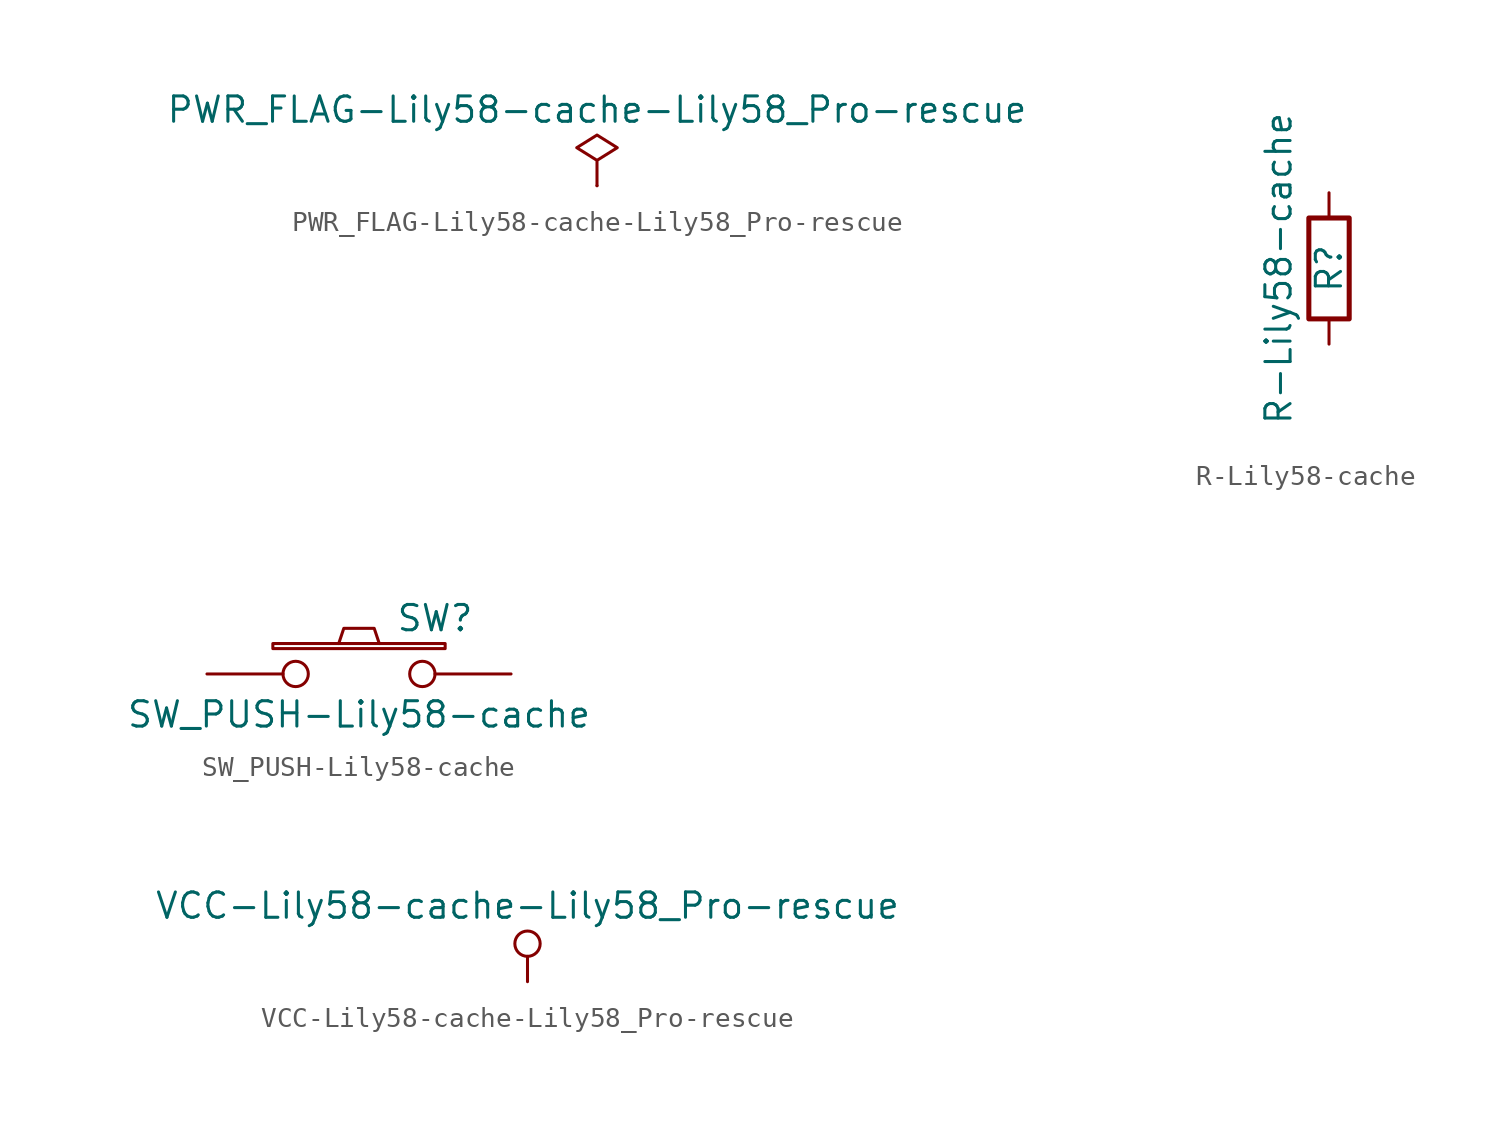
<source format=kicad_sym>
(kicad_symbol_lib
  (version 20220914)
  (generator kicad_symbol_editor)
  (symbol "PWR_FLAG-Lily58-cache-Lily58_Pro-rescue"
    (power)
    (pin_numbers hide)
    (pin_names
      (offset 0) hide)
    (property "Reference" "#FLG"
      (at 0 0 0)
      (effects (font (size 1.27 1.27)) hide))
    (property "Value" "PWR_FLAG-Lily58-cache-Lily58_Pro-rescue"
      (at 0 3.81 0)
      (effects (font (size 1.27 1.27))))
    (symbol "PWR_FLAG-Lily58-cache-Lily58_Pro-rescue_0_0"
      (pin power_out line (at 0 0 90) (length 0) (name "pwr" (effects (font (size 1.27 1.27)))) (number "1" (effects (font (size 1.27 1.27))))))
    (symbol "PWR_FLAG-Lily58-cache-Lily58_Pro-rescue_0_1"
      (polyline (pts (xy 0 0) (xy 0 1.27) (xy -1.016 1.905) (xy 0 2.54) (xy 1.016 1.905) (xy 0 1.27)) (stroke (width 0) (type solid)) (fill (type none)))))
  (symbol "R-Lily58-cache"
    (pin_numbers hide)
    (pin_names
      (offset 0))
    (property "Reference" "R"
      (at 0 0 90)
      (effects (font (size 1.27 1.27))))
    (property "Value" "R-Lily58-cache"
      (at -2.54 0 90)
      (effects (font (size 1.27 1.27))))
    (symbol "R-Lily58-cache_0_1"
      (rectangle (start -1.016 -2.54) (end 1.016 2.54) (stroke (width 0.254) (type solid)) (fill (type none))))
    (symbol "R-Lily58-cache_1_1"
      (pin passive line (at 0 3.81 270) (length 1.27) (name "~" (effects (font (size 1.27 1.27)))) (number "1" (effects (font (size 1.27 1.27)))))
      (pin passive line (at 0 -3.81 90) (length 1.27) (name "~" (effects (font (size 1.27 1.27)))) (number "2" (effects (font (size 1.27 1.27)))))))
  (symbol "SW_PUSH-Lily58-cache"
    (pin_numbers hide)
    (pin_names
      (offset 1.016) hide)
    (property "Reference" "SW"
      (at 3.81 2.794 0)
      (effects (font (size 1.27 1.27))))
    (property "Value" "SW_PUSH-Lily58-cache"
      (at 0 -2.032 0)
      (effects (font (size 1.27 1.27))))
    (property "Footprint" ""
      (at 0 0 0)
      (effects (font (size 1.27 1.27))))
    (property "Datasheet" ""
      (at 0 0 0)
      (effects (font (size 1.27 1.27))))
    (symbol "SW_PUSH-Lily58-cache_0_1"
      (rectangle (start -4.318 1.27) (end 4.318 1.524) (stroke (width 0) (type solid)) (fill (type none)))
      (polyline (pts (xy -1.016 1.524) (xy -0.762 2.286) (xy 0.762 2.286) (xy 1.016 1.524)) (stroke (width 0) (type solid)) (fill (type none)))
      (pin passive inverted (at -7.62 0 0) (length 5.08) (name "1" (effects (font (size 1.27 1.27)))) (number "1" (effects (font (size 1.27 1.27)))))
      (pin passive inverted (at 7.62 0 180) (length 5.08) (name "2" (effects (font (size 1.27 1.27)))) (number "2" (effects (font (size 1.27 1.27)))))))
  (symbol "VCC-Lily58-cache-Lily58_Pro-rescue"
    (power)
    (pin_names
      (offset 0))
    (property "Reference" "#PWR"
      (at 0 -3.81 0)
      (effects (font (size 1.27 1.27)) hide))
    (property "Value" "VCC-Lily58-cache-Lily58_Pro-rescue"
      (at 0 3.81 0)
      (effects (font (size 1.27 1.27))))
    (symbol "VCC-Lily58-cache-Lily58_Pro-rescue_0_1"
      (polyline (pts (xy 0 0) (xy 0 1.27)) (stroke (width 0) (type solid)) (fill (type none)))
      (circle (center 0 1.905) (radius 0.635) (stroke (width 0) (type solid)) (fill (type none))))
    (symbol "VCC-Lily58-cache-Lily58_Pro-rescue_1_1"
      (pin power_in line (at 0 0 90) (length 0) hide (name "VCC" (effects (font (size 1.27 1.27)))) (number "1" (effects (font (size 1.27 1.27))))))))
</source>
